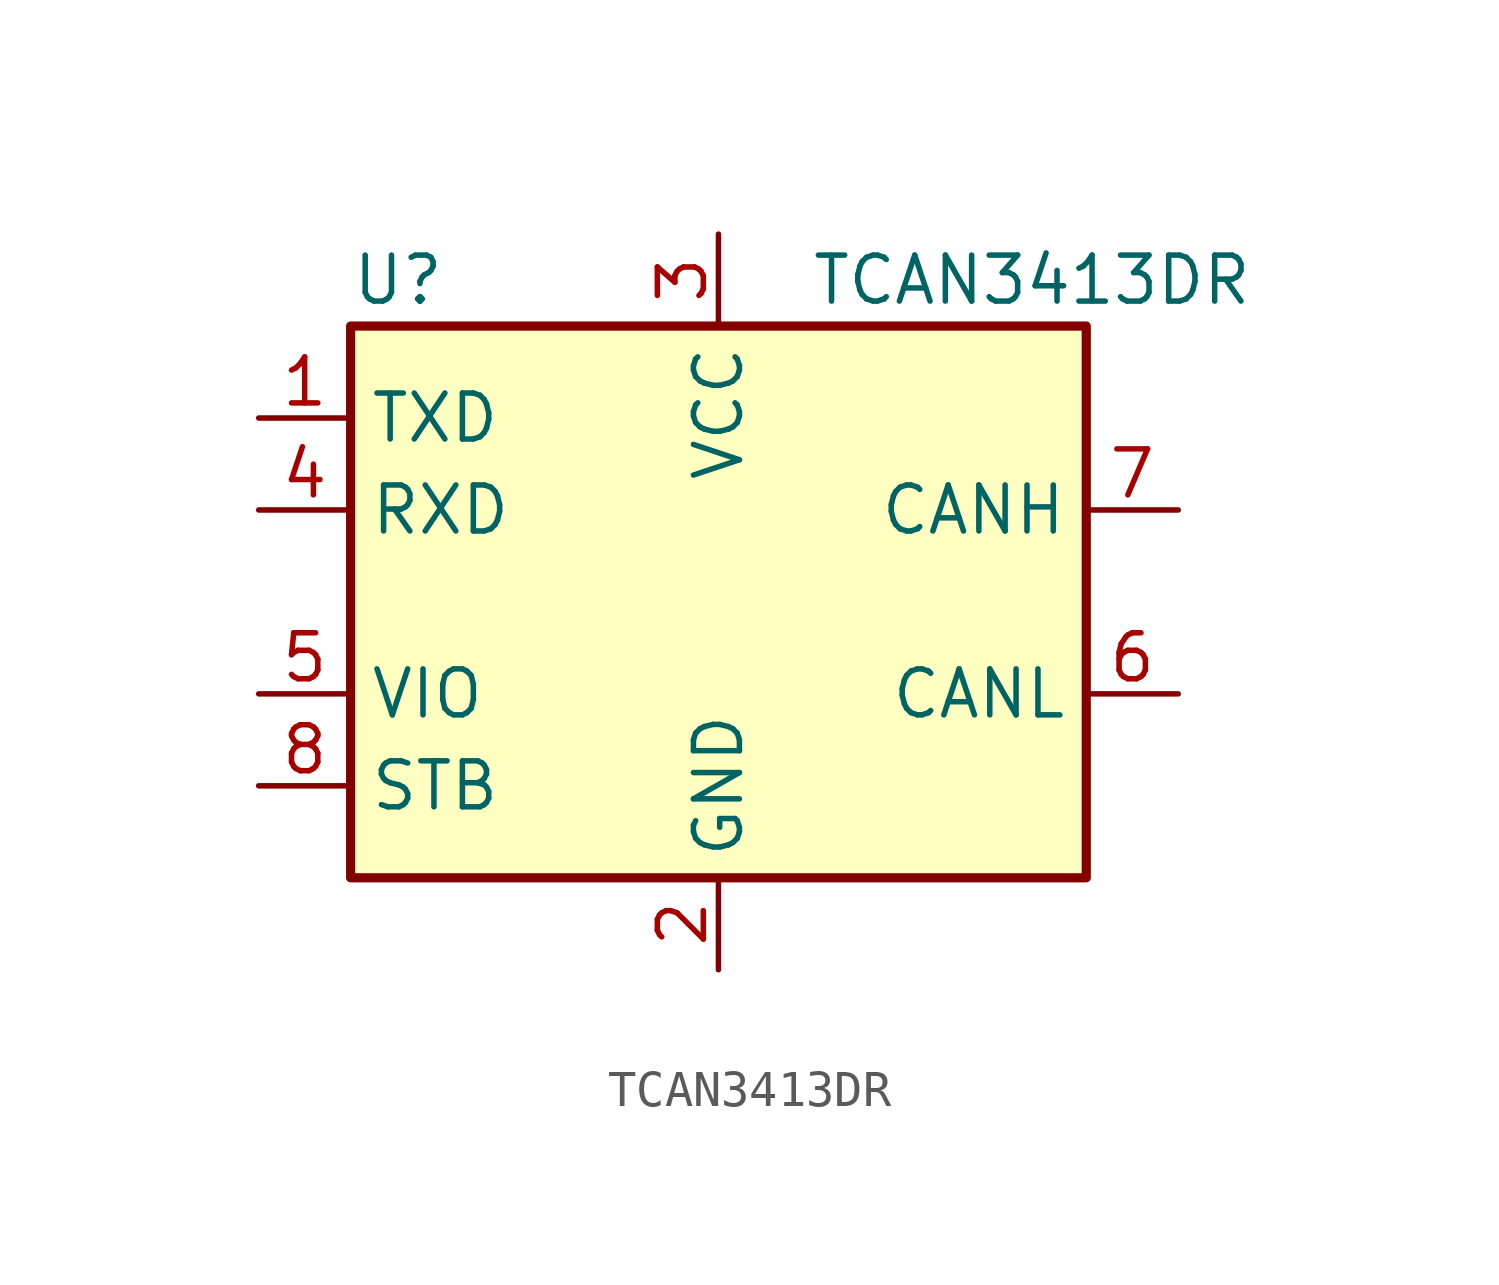
<source format=kicad_sym>
(kicad_symbol_lib
  (version 20241209)
  (generator "kicad_symbol_editor")
  (generator_version "9.0")
  (symbol "TCAN3413DR"
    (property "Reference" "U"
      (at -10.16 8.89 0)
      (effects (font (size 1.27 1.27)) (justify left)))
    (property "Value" "TCAN3413DR"
      (at 2.54 8.89 0)
      (effects (font (size 1.27 1.27)) (justify left)))
    (symbol "TCAN3413DR_0_1"
      (rectangle (start -10.16 7.62) (end 10.16 -7.62) (stroke (width 0.254) (type default)) (fill (type background))))
    (symbol "TCAN3413DR_1_1"
      (pin input line (at -12.7 5.08 0) (length 2.54) (name "TXD" (effects (font (size 1.27 1.27)))) (number "1" (effects (font (size 1.27 1.27)))))
      (pin tri_state line (at -12.7 2.54 0) (length 2.54) (name "RXD" (effects (font (size 1.27 1.27)))) (number "4" (effects (font (size 1.27 1.27)))))
      (pin input line (at -12.7 -2.54 0) (length 2.54) (name "VIO" (effects (font (size 1.27 1.27)))) (number "5" (effects (font (size 1.27 1.27)))))
      (pin input line (at -12.7 -5.08 0) (length 2.54) (name "STB" (effects (font (size 1.27 1.27)))) (number "8" (effects (font (size 1.27 1.27)))))
      (pin power_in line (at 0 10.16 270) (length 2.54) (name "VCC" (effects (font (size 1.27 1.27)))) (number "3" (effects (font (size 1.27 1.27)))))
      (pin power_in line (at 0 -10.16 90) (length 2.54) (name "GND" (effects (font (size 1.27 1.27)))) (number "2" (effects (font (size 1.27 1.27)))))
      (pin bidirectional line (at 12.7 2.54 180) (length 2.54) (name "CANH" (effects (font (size 1.27 1.27)))) (number "7" (effects (font (size 1.27 1.27)))))
      (pin bidirectional line (at 12.7 -2.54 180) (length 2.54) (name "CANL" (effects (font (size 1.27 1.27)))) (number "6" (effects (font (size 1.27 1.27))))))))
</source>
